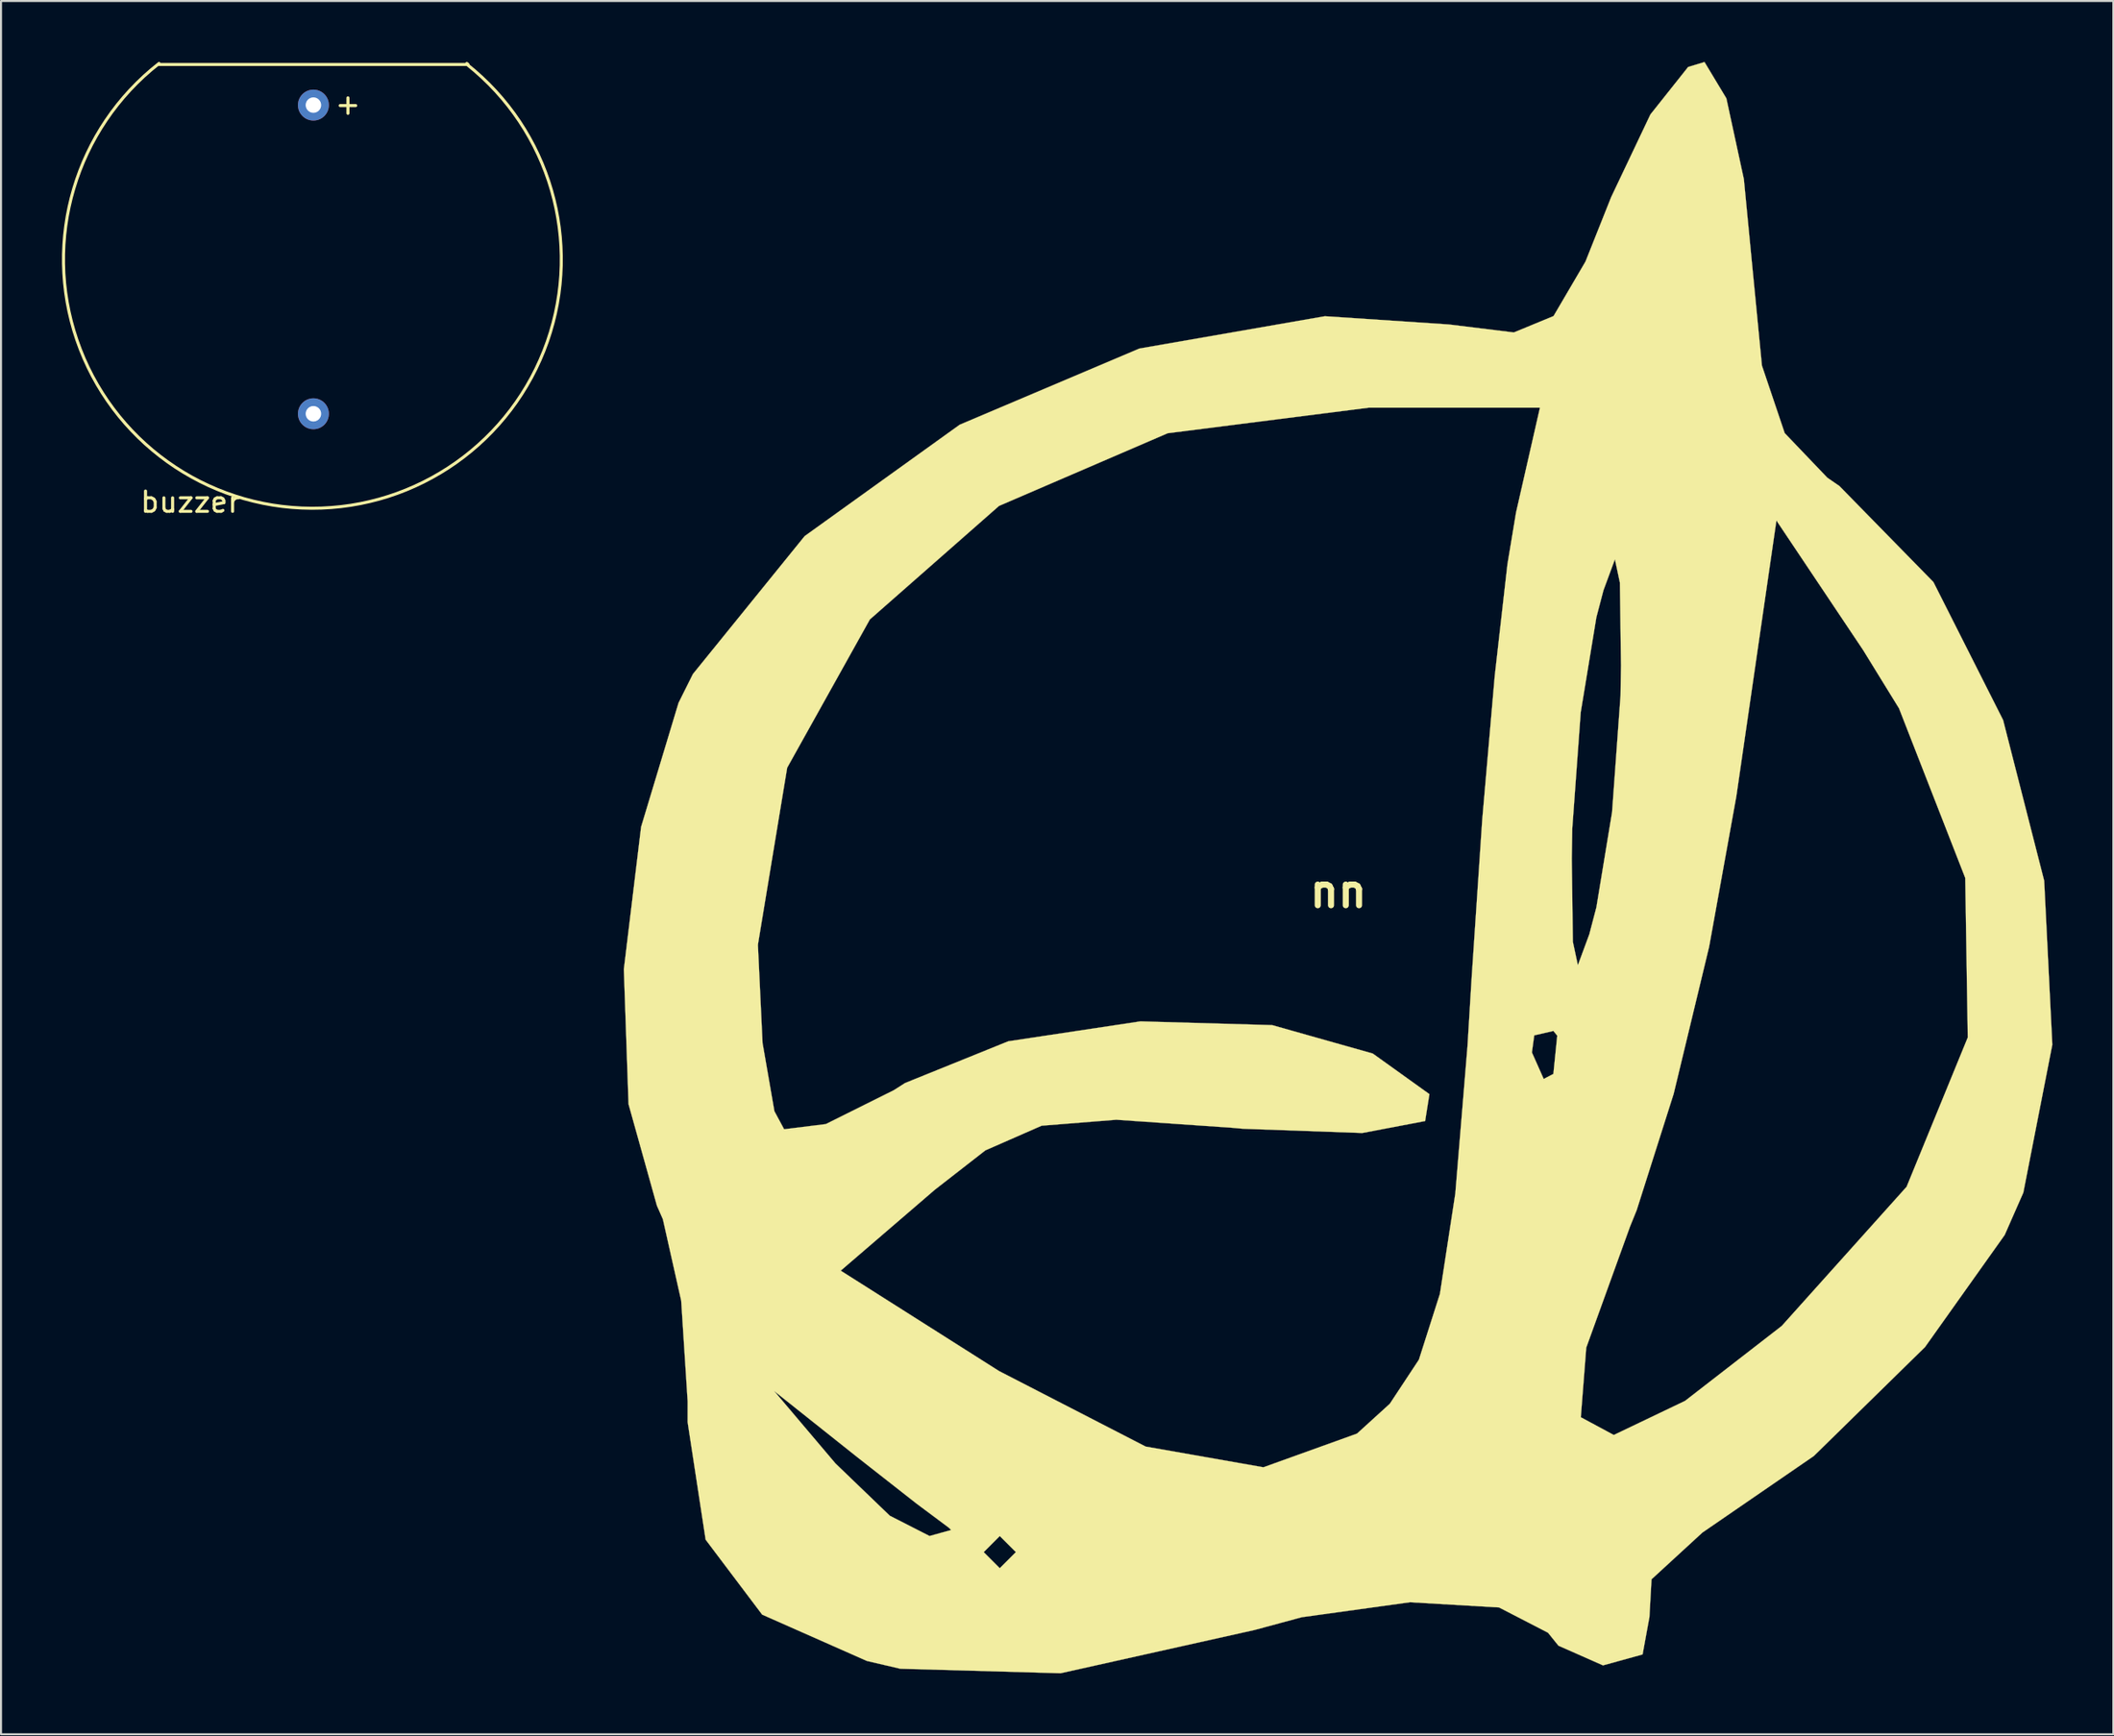
<source format=kicad_pcb>
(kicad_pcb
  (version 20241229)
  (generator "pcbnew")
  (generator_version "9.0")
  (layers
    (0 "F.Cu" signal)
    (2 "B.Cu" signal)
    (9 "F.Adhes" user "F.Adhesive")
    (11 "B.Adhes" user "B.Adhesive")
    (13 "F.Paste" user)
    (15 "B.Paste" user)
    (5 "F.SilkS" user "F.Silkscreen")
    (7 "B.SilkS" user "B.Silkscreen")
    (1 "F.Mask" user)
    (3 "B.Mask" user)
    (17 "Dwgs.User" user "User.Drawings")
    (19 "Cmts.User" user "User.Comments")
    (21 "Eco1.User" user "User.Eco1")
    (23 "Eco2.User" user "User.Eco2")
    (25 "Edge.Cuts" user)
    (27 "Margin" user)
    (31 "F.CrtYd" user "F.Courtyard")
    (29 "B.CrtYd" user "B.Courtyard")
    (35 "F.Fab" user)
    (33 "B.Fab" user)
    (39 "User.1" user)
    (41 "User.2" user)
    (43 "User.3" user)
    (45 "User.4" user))
  (footprint "buzzer"
    (layer "F.Cu")
    (at 12.328 9.725)
    (property "Reference" "buzzer" (at -6 11.95 0) (layer "F.SilkS") (effects (font (size 1 1) (thickness 0.15))))
    (attr through_hole)
    (fp_line (start -7.55 -9.6) (end 7.65 -9.6) (stroke (width 0.15) (type solid)) (layer "F.SilkS"))
    (fp_line (start 7.65 -9.6) (end 7.6 -9.65) (stroke (width 0.15) (type solid)) (layer "F.SilkS"))
    (fp_arc (start 7.609225 -9.603367) (mid -0.03769 12.252491) (end -7.549999 -9.649999) (stroke (width 0.15) (type solid)) (layer "F.SilkS"))
    (fp_text user "+" (at 1.75 -7.65 0) (layer "F.SilkS") (effects (font (size 1 1) (thickness 0.15))))
    (pad "1" thru_hole circle (at 0.05 -7.6) (size 1.524 1.524) (drill 0.762) (layers "*.Cu" "*.Mask"))
    (pad "2" thru_hole circle (at 0.05 7.6) (size 1.524 1.524) (drill 0.762) (layers "*.Cu" "*.Mask")))
  (footprint "nn"
    (layer "F.Cu")
    (at 62.834 40.836)
    (property "Reference" "nn" (at 0 0 0) (layer "F.SilkS") (effects (font (size 1.524 1.524) (thickness 0.3))))
    (attr through_hole)
    (fp_poly (pts (xy 19.097 -39.044) (xy 19.959 -35.064) (xy 20.316 -31.361) (xy 20.848 -25.885) (xy 21.969 -22.559) (xy 24.068 -20.362) (xy 24.661 -19.954) (xy 29.291 -15.223) (xy 32.721 -8.427) (xy 34.742 -0.517) (xy 35.143 7.556) (xy 33.716 14.84) (xy 32.799 16.925) (xy 28.878 22.443) (xy 23.405 27.808) (xy 17.918 31.58) (xy 15.414 33.881) (xy 15.31 35.743) (xy 14.974 37.581) (xy 13.025 38.12) (xy 10.832 37.15) (xy 10.319 36.513) (xy 7.91 35.268) (xy 3.521 35.011) (xy -1.806 35.749) (xy -4.129 36.377) (xy -13.676 38.507) (xy -21.57 38.285) (xy -23.216 37.9) (xy -28.365 35.621) (xy -30.685 32.544) (xy -17.462 32.544) (xy -16.669 33.337) (xy -15.875 32.544) (xy -16.669 31.75) (xy -17.462 32.544) (xy -30.685 32.544) (xy -31.148 31.929) (xy -32.034 26.144) (xy -32.033 25.126) (xy -32.066 24.606) (xy -27.781 24.606) (xy -24.757 28.178) (xy -22.081 30.753) (xy -20.127 31.75) (xy -19.06 31.455) (xy -19.182 31.336) (xy -20.765 30.155) (xy -23.68 27.869) (xy -23.812 27.764) (xy -27.781 24.606) (xy -32.066 24.606) (xy -32.351 20.161) (xy -33.253 16.148) (xy -33.546 15.484) (xy -34.943 10.485) (xy -35.174 3.842) (xy -35.03 2.656) (xy -28.575 2.656) (xy -28.347 7.476) (xy -27.763 10.834) (xy -27.285 11.722) (xy -25.231 11.466) (xy -21.881 9.796) (xy -21.332 9.445) (xy -16.252 7.39) (xy -9.747 6.409) (xy -3.259 6.594) (xy 1.692 7.993) (xy 4.48 9.992) (xy 4.269 11.316) (xy 1.174 11.905) (xy -4.687 11.696) (xy -5.236 11.647) (xy -10.933 11.252) (xy -14.608 11.545) (xy -17.378 12.76) (xy -19.867 14.699) (xy -24.5 18.684) (xy -16.702 23.629) (xy -9.488 27.346) (xy -3.692 28.366) (xy 0.916 26.708) (xy 1.802 25.902) (xy 11.933 25.902) (xy 13.556 26.776) (xy 17.064 25.097) (xy 21.825 21.406) (xy 27.971 14.553) (xy 30.982 7.2) (xy 30.858 -0.653) (xy 27.598 -9.005) (xy 25.828 -11.88) (xy 21.562 -18.256) (xy 19.589 -4.676) (xy 18.25 2.73) (xy 16.502 9.981) (xy 14.683 15.705) (xy 14.359 16.502) (xy 12.2 22.476) (xy 11.933 25.902) (xy 1.802 25.902) (xy 2.532 25.238) (xy 3.963 23.068) (xy 4.997 19.827) (xy 5.755 14.891) (xy 6.33 7.938) (xy 9.525 7.938) (xy 10.106 9.244) (xy 10.583 8.996) (xy 10.773 7.112) (xy 10.583 6.879) (xy 9.64 7.097) (xy 9.525 7.938) (xy 6.33 7.938) (xy 6.355 7.636) (xy 6.564 4.203) (xy 6.952 -1.587) (xy 11.488 -1.587) (xy 11.542 2.493) (xy 11.788 3.647) (xy 12.352 2.12) (xy 12.7 0.794) (xy 13.472 -3.891) (xy 13.889 -9.628) (xy 13.912 -11.113) (xy 13.858 -15.193) (xy 13.612 -16.347) (xy 13.048 -14.82) (xy 12.7 -13.494) (xy 11.928 -8.809) (xy 11.511 -3.072) (xy 11.488 -1.587) (xy 6.952 -1.587) (xy 7.083 -3.542) (xy 7.698 -10.616) (xy 8.323 -16.109) (xy 8.746 -18.653) (xy 9.922 -23.812) (xy 1.493 -23.812) (xy -8.405 -22.553) (xy -16.706 -18.975) (xy -23.064 -13.384) (xy -27.135 -6.082) (xy -28.575 2.628) (xy -28.575 2.656) (xy -35.03 2.656) (xy -34.324 -3.17) (xy -32.481 -9.277) (xy -31.774 -10.695) (xy -26.273 -17.487) (xy -18.641 -22.972) (xy -9.799 -26.722) (xy -0.668 -28.313) (xy 5.442 -27.907) (xy 8.636 -27.515) (xy 10.591 -28.322) (xy 12.163 -31.004) (xy 13.428 -34.18) (xy 15.36 -38.25) (xy 17.217 -40.588) (xy 18.021 -40.831) (xy 19.097 -39.044)) (stroke (width 0.01) (type solid)) (fill yes) (layer "F.SilkS")))
  (gr_rect
    (start -3 -3)
    (end 100.982 82.348)
    (stroke (width 0.1) (type default))
    (fill no)
    (layer "Edge.Cuts")))
</source>
